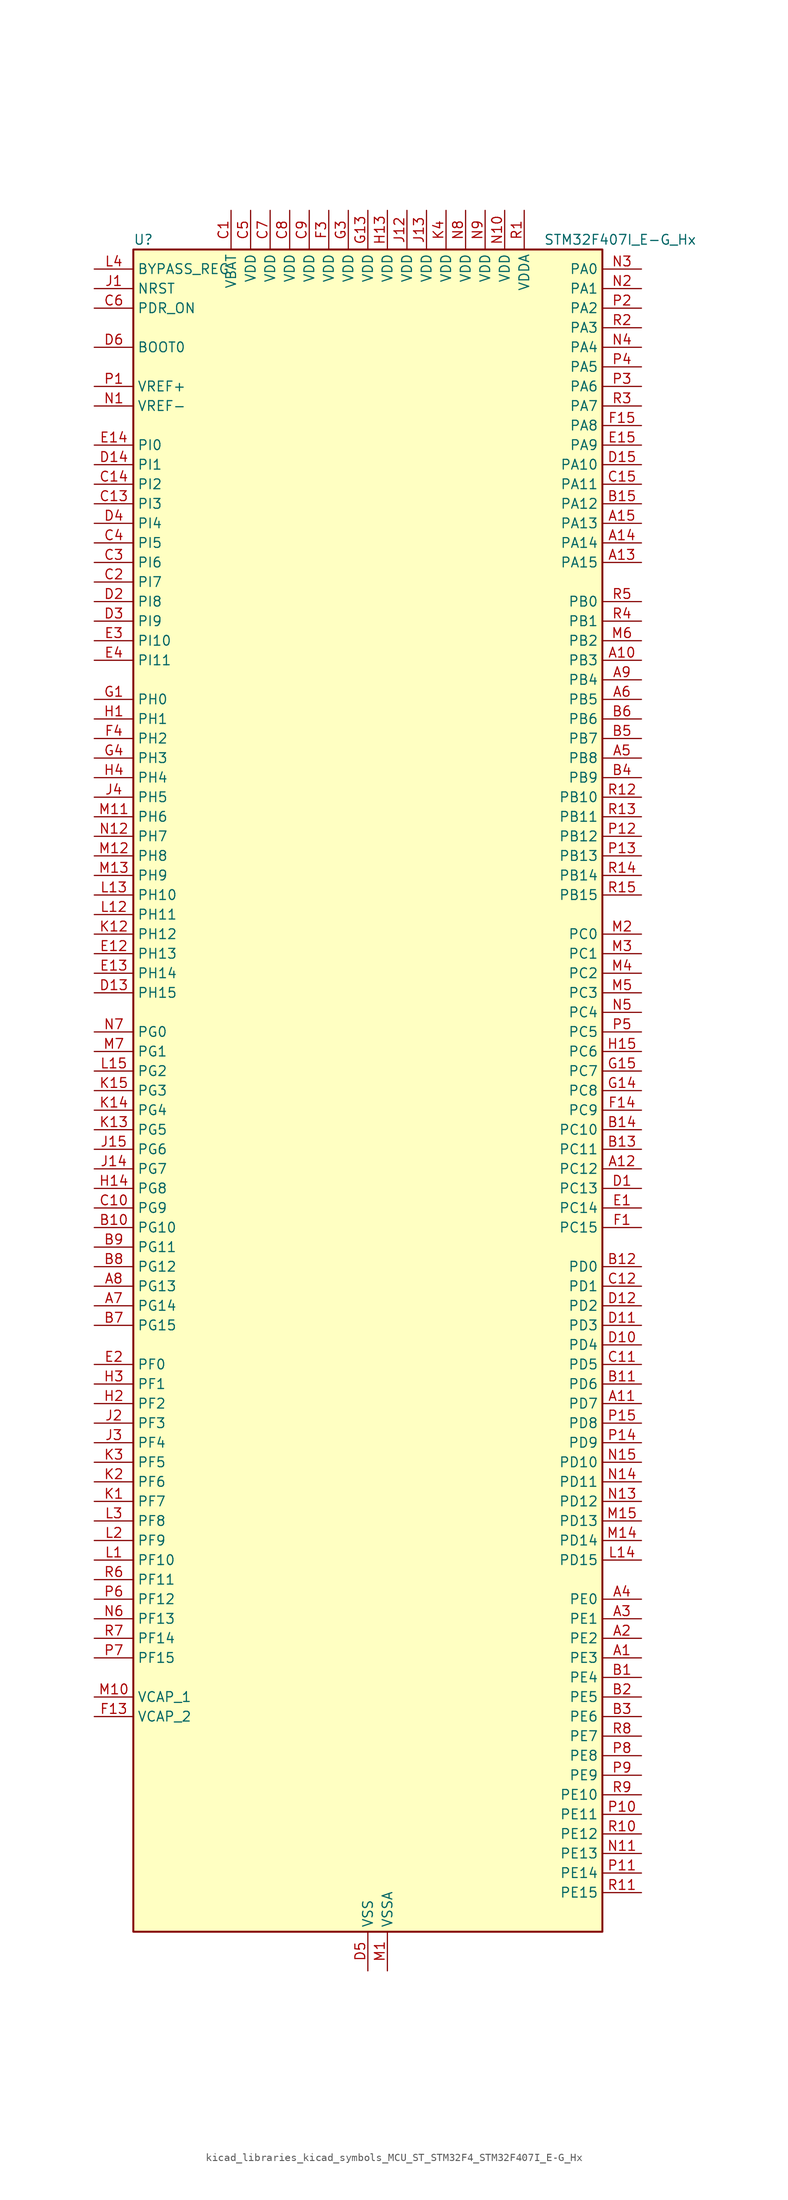
<source format=kicad_sym>
(kicad_symbol_lib
  (version 20220914)
  (generator kicad_symbol_editor)
  (symbol "kicad_libraries_kicad_symbols_MCU_ST_STM32F4_STM32F407I_E-G_Hx"
    (property "Reference" "U"
      (at -30.48 110.49 0)
      (effects (font (size 1.27 1.27)) (justify left)))
    (property "Value" "STM32F407I_E-G_Hx"
      (at 22.86 110.49 0)
      (effects (font (size 1.27 1.27)) (justify left)))
    (property "ki_locked" ""
      (at 0 0 0)
      (effects (font (size 1.27 1.27))))
    (symbol "kicad_libraries_kicad_symbols_MCU_ST_STM32F4_STM32F407I_E-G_Hx_0_1"
      (rectangle (start -30.48 -109.22) (end 30.48 109.22) (stroke (width 0.254) (type default)) (fill (type background))))
    (symbol "kicad_libraries_kicad_symbols_MCU_ST_STM32F4_STM32F407I_E-G_Hx_1_1"
      (pin bidirectional line (at 35.56 -73.66 180) (length 5.08) (name "PE3" (effects (font (size 1.27 1.27)))) (number "A1" (effects (font (size 1.27 1.27)))) (alternate "FSMC_A19" bidirectional line) (alternate "SYS_TRACED0" bidirectional line))
      (pin bidirectional line (at 35.56 55.88 180) (length 5.08) (name "PB3" (effects (font (size 1.27 1.27)))) (number "A10" (effects (font (size 1.27 1.27)))) (alternate "I2S3_CK" bidirectional line) (alternate "SPI1_SCK" bidirectional line) (alternate "SPI3_SCK" bidirectional line) (alternate "SYS_JTDO-SWO" bidirectional line) (alternate "TIM2_CH2" bidirectional line))
      (pin bidirectional line (at 35.56 -40.64 180) (length 5.08) (name "PD7" (effects (font (size 1.27 1.27)))) (number "A11" (effects (font (size 1.27 1.27)))) (alternate "FSMC_NCE2" bidirectional line) (alternate "FSMC_NE1" bidirectional line) (alternate "USART2_CK" bidirectional line))
      (pin bidirectional line (at 35.56 -10.16 180) (length 5.08) (name "PC12" (effects (font (size 1.27 1.27)))) (number "A12" (effects (font (size 1.27 1.27)))) (alternate "DCMI_D9" bidirectional line) (alternate "I2S3_SD" bidirectional line) (alternate "SDIO_CK" bidirectional line) (alternate "SPI3_MOSI" bidirectional line) (alternate "UART5_TX" bidirectional line) (alternate "USART3_CK" bidirectional line))
      (pin bidirectional line (at 35.56 68.58 180) (length 5.08) (name "PA15" (effects (font (size 1.27 1.27)))) (number "A13" (effects (font (size 1.27 1.27)))) (alternate "ADC1_EXTI15" bidirectional line) (alternate "ADC2_EXTI15" bidirectional line) (alternate "ADC3_EXTI15" bidirectional line) (alternate "I2S3_WS" bidirectional line) (alternate "SPI1_NSS" bidirectional line) (alternate "SPI3_NSS" bidirectional line) (alternate "SYS_JTDI" bidirectional line) (alternate "TIM2_CH1" bidirectional line) (alternate "TIM2_ETR" bidirectional line))
      (pin bidirectional line (at 35.56 71.12 180) (length 5.08) (name "PA14" (effects (font (size 1.27 1.27)))) (number "A14" (effects (font (size 1.27 1.27)))) (alternate "SYS_JTCK-SWCLK" bidirectional line))
      (pin bidirectional line (at 35.56 73.66 180) (length 5.08) (name "PA13" (effects (font (size 1.27 1.27)))) (number "A15" (effects (font (size 1.27 1.27)))) (alternate "SYS_JTMS-SWDIO" bidirectional line))
      (pin bidirectional line (at 35.56 -71.12 180) (length 5.08) (name "PE2" (effects (font (size 1.27 1.27)))) (number "A2" (effects (font (size 1.27 1.27)))) (alternate "ETH_TXD3" bidirectional line) (alternate "FSMC_A23" bidirectional line) (alternate "SYS_TRACECLK" bidirectional line))
      (pin bidirectional line (at 35.56 -68.58 180) (length 5.08) (name "PE1" (effects (font (size 1.27 1.27)))) (number "A3" (effects (font (size 1.27 1.27)))) (alternate "DCMI_D3" bidirectional line) (alternate "FSMC_NBL1" bidirectional line))
      (pin bidirectional line (at 35.56 -66.04 180) (length 5.08) (name "PE0" (effects (font (size 1.27 1.27)))) (number "A4" (effects (font (size 1.27 1.27)))) (alternate "DCMI_D2" bidirectional line) (alternate "FSMC_NBL0" bidirectional line) (alternate "TIM4_ETR" bidirectional line))
      (pin bidirectional line (at 35.56 43.18 180) (length 5.08) (name "PB8" (effects (font (size 1.27 1.27)))) (number "A5" (effects (font (size 1.27 1.27)))) (alternate "CAN1_RX" bidirectional line) (alternate "DCMI_D6" bidirectional line) (alternate "ETH_TXD3" bidirectional line) (alternate "I2C1_SCL" bidirectional line) (alternate "SDIO_D4" bidirectional line) (alternate "TIM10_CH1" bidirectional line) (alternate "TIM4_CH3" bidirectional line))
      (pin bidirectional line (at 35.56 50.8 180) (length 5.08) (name "PB5" (effects (font (size 1.27 1.27)))) (number "A6" (effects (font (size 1.27 1.27)))) (alternate "CAN2_RX" bidirectional line) (alternate "DCMI_D10" bidirectional line) (alternate "ETH_PPS_OUT" bidirectional line) (alternate "I2C1_SMBA" bidirectional line) (alternate "I2S3_SD" bidirectional line) (alternate "SPI1_MOSI" bidirectional line) (alternate "SPI3_MOSI" bidirectional line) (alternate "TIM3_CH2" bidirectional line) (alternate "USB_OTG_HS_ULPI_D7" bidirectional line))
      (pin bidirectional line (at -35.56 -27.94 0) (length 5.08) (name "PG14" (effects (font (size 1.27 1.27)))) (number "A7" (effects (font (size 1.27 1.27)))) (alternate "ETH_TXD1" bidirectional line) (alternate "FSMC_A25" bidirectional line) (alternate "USART6_TX" bidirectional line))
      (pin bidirectional line (at -35.56 -25.4 0) (length 5.08) (name "PG13" (effects (font (size 1.27 1.27)))) (number "A8" (effects (font (size 1.27 1.27)))) (alternate "ETH_TXD0" bidirectional line) (alternate "FSMC_A24" bidirectional line) (alternate "USART6_CTS" bidirectional line))
      (pin bidirectional line (at 35.56 53.34 180) (length 5.08) (name "PB4" (effects (font (size 1.27 1.27)))) (number "A9" (effects (font (size 1.27 1.27)))) (alternate "I2S3_ext_SD" bidirectional line) (alternate "SPI1_MISO" bidirectional line) (alternate "SPI3_MISO" bidirectional line) (alternate "SYS_JTRST" bidirectional line) (alternate "TIM3_CH1" bidirectional line))
      (pin bidirectional line (at 35.56 -76.2 180) (length 5.08) (name "PE4" (effects (font (size 1.27 1.27)))) (number "B1" (effects (font (size 1.27 1.27)))) (alternate "DCMI_D4" bidirectional line) (alternate "FSMC_A20" bidirectional line) (alternate "SYS_TRACED1" bidirectional line))
      (pin bidirectional line (at -35.56 -17.78 0) (length 5.08) (name "PG10" (effects (font (size 1.27 1.27)))) (number "B10" (effects (font (size 1.27 1.27)))) (alternate "FSMC_NCE4_1" bidirectional line) (alternate "FSMC_NE3" bidirectional line))
      (pin bidirectional line (at 35.56 -38.1 180) (length 5.08) (name "PD6" (effects (font (size 1.27 1.27)))) (number "B11" (effects (font (size 1.27 1.27)))) (alternate "FSMC_NWAIT" bidirectional line) (alternate "USART2_RX" bidirectional line))
      (pin bidirectional line (at 35.56 -22.86 180) (length 5.08) (name "PD0" (effects (font (size 1.27 1.27)))) (number "B12" (effects (font (size 1.27 1.27)))) (alternate "CAN1_RX" bidirectional line) (alternate "FSMC_D2" bidirectional line) (alternate "FSMC_DA2" bidirectional line))
      (pin bidirectional line (at 35.56 -7.62 180) (length 5.08) (name "PC11" (effects (font (size 1.27 1.27)))) (number "B13" (effects (font (size 1.27 1.27)))) (alternate "ADC1_EXTI11" bidirectional line) (alternate "ADC2_EXTI11" bidirectional line) (alternate "ADC3_EXTI11" bidirectional line) (alternate "DCMI_D4" bidirectional line) (alternate "I2S3_ext_SD" bidirectional line) (alternate "SDIO_D3" bidirectional line) (alternate "SPI3_MISO" bidirectional line) (alternate "UART4_RX" bidirectional line) (alternate "USART3_RX" bidirectional line))
      (pin bidirectional line (at 35.56 -5.08 180) (length 5.08) (name "PC10" (effects (font (size 1.27 1.27)))) (number "B14" (effects (font (size 1.27 1.27)))) (alternate "DCMI_D8" bidirectional line) (alternate "I2S3_CK" bidirectional line) (alternate "SDIO_D2" bidirectional line) (alternate "SPI3_SCK" bidirectional line) (alternate "UART4_TX" bidirectional line) (alternate "USART3_TX" bidirectional line))
      (pin bidirectional line (at 35.56 76.2 180) (length 5.08) (name "PA12" (effects (font (size 1.27 1.27)))) (number "B15" (effects (font (size 1.27 1.27)))) (alternate "CAN1_TX" bidirectional line) (alternate "TIM1_ETR" bidirectional line) (alternate "USART1_RTS" bidirectional line) (alternate "USB_OTG_FS_DP" bidirectional line))
      (pin bidirectional line (at 35.56 -78.74 180) (length 5.08) (name "PE5" (effects (font (size 1.27 1.27)))) (number "B2" (effects (font (size 1.27 1.27)))) (alternate "DCMI_D6" bidirectional line) (alternate "FSMC_A21" bidirectional line) (alternate "SYS_TRACED2" bidirectional line) (alternate "TIM9_CH1" bidirectional line))
      (pin bidirectional line (at 35.56 -81.28 180) (length 5.08) (name "PE6" (effects (font (size 1.27 1.27)))) (number "B3" (effects (font (size 1.27 1.27)))) (alternate "DCMI_D7" bidirectional line) (alternate "FSMC_A22" bidirectional line) (alternate "SYS_TRACED3" bidirectional line) (alternate "TIM9_CH2" bidirectional line))
      (pin bidirectional line (at 35.56 40.64 180) (length 5.08) (name "PB9" (effects (font (size 1.27 1.27)))) (number "B4" (effects (font (size 1.27 1.27)))) (alternate "CAN1_TX" bidirectional line) (alternate "DAC_EXTI9" bidirectional line) (alternate "DCMI_D7" bidirectional line) (alternate "I2C1_SDA" bidirectional line) (alternate "I2S2_WS" bidirectional line) (alternate "SDIO_D5" bidirectional line) (alternate "SPI2_NSS" bidirectional line) (alternate "TIM11_CH1" bidirectional line) (alternate "TIM4_CH4" bidirectional line))
      (pin bidirectional line (at 35.56 45.72 180) (length 5.08) (name "PB7" (effects (font (size 1.27 1.27)))) (number "B5" (effects (font (size 1.27 1.27)))) (alternate "DCMI_VSYNC" bidirectional line) (alternate "FSMC_NL" bidirectional line) (alternate "I2C1_SDA" bidirectional line) (alternate "TIM4_CH2" bidirectional line) (alternate "USART1_RX" bidirectional line))
      (pin bidirectional line (at 35.56 48.26 180) (length 5.08) (name "PB6" (effects (font (size 1.27 1.27)))) (number "B6" (effects (font (size 1.27 1.27)))) (alternate "CAN2_TX" bidirectional line) (alternate "DCMI_D5" bidirectional line) (alternate "I2C1_SCL" bidirectional line) (alternate "TIM4_CH1" bidirectional line) (alternate "USART1_TX" bidirectional line))
      (pin bidirectional line (at -35.56 -30.48 0) (length 5.08) (name "PG15" (effects (font (size 1.27 1.27)))) (number "B7" (effects (font (size 1.27 1.27)))) (alternate "ADC1_EXTI15" bidirectional line) (alternate "ADC2_EXTI15" bidirectional line) (alternate "ADC3_EXTI15" bidirectional line) (alternate "DCMI_D13" bidirectional line) (alternate "USART6_CTS" bidirectional line))
      (pin bidirectional line (at -35.56 -22.86 0) (length 5.08) (name "PG12" (effects (font (size 1.27 1.27)))) (number "B8" (effects (font (size 1.27 1.27)))) (alternate "FSMC_NE4" bidirectional line) (alternate "USART6_RTS" bidirectional line))
      (pin bidirectional line (at -35.56 -20.32 0) (length 5.08) (name "PG11" (effects (font (size 1.27 1.27)))) (number "B9" (effects (font (size 1.27 1.27)))) (alternate "ADC1_EXTI11" bidirectional line) (alternate "ADC2_EXTI11" bidirectional line) (alternate "ADC3_EXTI11" bidirectional line) (alternate "ETH_TX_EN" bidirectional line) (alternate "FSMC_NCE4_2" bidirectional line))
      (pin power_in line (at -17.78 114.3 270) (length 5.08) (name "VBAT" (effects (font (size 1.27 1.27)))) (number "C1" (effects (font (size 1.27 1.27)))))
      (pin bidirectional line (at -35.56 -15.24 0) (length 5.08) (name "PG9" (effects (font (size 1.27 1.27)))) (number "C10" (effects (font (size 1.27 1.27)))) (alternate "DAC_EXTI9" bidirectional line) (alternate "FSMC_NCE3" bidirectional line) (alternate "FSMC_NE2" bidirectional line) (alternate "USART6_RX" bidirectional line))
      (pin bidirectional line (at 35.56 -35.56 180) (length 5.08) (name "PD5" (effects (font (size 1.27 1.27)))) (number "C11" (effects (font (size 1.27 1.27)))) (alternate "FSMC_NWE" bidirectional line) (alternate "USART2_TX" bidirectional line))
      (pin bidirectional line (at 35.56 -25.4 180) (length 5.08) (name "PD1" (effects (font (size 1.27 1.27)))) (number "C12" (effects (font (size 1.27 1.27)))) (alternate "CAN1_TX" bidirectional line) (alternate "FSMC_D3" bidirectional line) (alternate "FSMC_DA3" bidirectional line))
      (pin bidirectional line (at -35.56 76.2 0) (length 5.08) (name "PI3" (effects (font (size 1.27 1.27)))) (number "C13" (effects (font (size 1.27 1.27)))) (alternate "DCMI_D10" bidirectional line) (alternate "I2S2_SD" bidirectional line) (alternate "SPI2_MOSI" bidirectional line) (alternate "TIM8_ETR" bidirectional line))
      (pin bidirectional line (at -35.56 78.74 0) (length 5.08) (name "PI2" (effects (font (size 1.27 1.27)))) (number "C14" (effects (font (size 1.27 1.27)))) (alternate "DCMI_D9" bidirectional line) (alternate "I2S2_ext_SD" bidirectional line) (alternate "SPI2_MISO" bidirectional line) (alternate "TIM8_CH4" bidirectional line))
      (pin bidirectional line (at 35.56 78.74 180) (length 5.08) (name "PA11" (effects (font (size 1.27 1.27)))) (number "C15" (effects (font (size 1.27 1.27)))) (alternate "ADC1_EXTI11" bidirectional line) (alternate "ADC2_EXTI11" bidirectional line) (alternate "ADC3_EXTI11" bidirectional line) (alternate "CAN1_RX" bidirectional line) (alternate "TIM1_CH4" bidirectional line) (alternate "USART1_CTS" bidirectional line) (alternate "USB_OTG_FS_DM" bidirectional line))
      (pin bidirectional line (at -35.56 66.04 0) (length 5.08) (name "PI7" (effects (font (size 1.27 1.27)))) (number "C2" (effects (font (size 1.27 1.27)))) (alternate "DCMI_D7" bidirectional line) (alternate "TIM8_CH3" bidirectional line))
      (pin bidirectional line (at -35.56 68.58 0) (length 5.08) (name "PI6" (effects (font (size 1.27 1.27)))) (number "C3" (effects (font (size 1.27 1.27)))) (alternate "DCMI_D6" bidirectional line) (alternate "TIM8_CH2" bidirectional line))
      (pin bidirectional line (at -35.56 71.12 0) (length 5.08) (name "PI5" (effects (font (size 1.27 1.27)))) (number "C4" (effects (font (size 1.27 1.27)))) (alternate "DCMI_VSYNC" bidirectional line) (alternate "TIM8_CH1" bidirectional line))
      (pin power_in line (at -15.24 114.3 270) (length 5.08) (name "VDD" (effects (font (size 1.27 1.27)))) (number "C5" (effects (font (size 1.27 1.27)))))
      (pin input line (at -35.56 101.6 0) (length 5.08) (name "PDR_ON" (effects (font (size 1.27 1.27)))) (number "C6" (effects (font (size 1.27 1.27)))))
      (pin power_in line (at -12.7 114.3 270) (length 5.08) (name "VDD" (effects (font (size 1.27 1.27)))) (number "C7" (effects (font (size 1.27 1.27)))))
      (pin power_in line (at -10.16 114.3 270) (length 5.08) (name "VDD" (effects (font (size 1.27 1.27)))) (number "C8" (effects (font (size 1.27 1.27)))))
      (pin power_in line (at -7.62 114.3 270) (length 5.08) (name "VDD" (effects (font (size 1.27 1.27)))) (number "C9" (effects (font (size 1.27 1.27)))))
      (pin bidirectional line (at 35.56 -12.7 180) (length 5.08) (name "PC13" (effects (font (size 1.27 1.27)))) (number "D1" (effects (font (size 1.27 1.27)))) (alternate "RTC_AF1" bidirectional line))
      (pin bidirectional line (at 35.56 -33.02 180) (length 5.08) (name "PD4" (effects (font (size 1.27 1.27)))) (number "D10" (effects (font (size 1.27 1.27)))) (alternate "FSMC_NOE" bidirectional line) (alternate "USART2_RTS" bidirectional line))
      (pin bidirectional line (at 35.56 -30.48 180) (length 5.08) (name "PD3" (effects (font (size 1.27 1.27)))) (number "D11" (effects (font (size 1.27 1.27)))) (alternate "FSMC_CLK" bidirectional line) (alternate "USART2_CTS" bidirectional line))
      (pin bidirectional line (at 35.56 -27.94 180) (length 5.08) (name "PD2" (effects (font (size 1.27 1.27)))) (number "D12" (effects (font (size 1.27 1.27)))) (alternate "DCMI_D11" bidirectional line) (alternate "SDIO_CMD" bidirectional line) (alternate "TIM3_ETR" bidirectional line) (alternate "UART5_RX" bidirectional line))
      (pin bidirectional line (at -35.56 12.7 0) (length 5.08) (name "PH15" (effects (font (size 1.27 1.27)))) (number "D13" (effects (font (size 1.27 1.27)))) (alternate "ADC1_EXTI15" bidirectional line) (alternate "ADC2_EXTI15" bidirectional line) (alternate "ADC3_EXTI15" bidirectional line) (alternate "DCMI_D11" bidirectional line) (alternate "TIM8_CH3N" bidirectional line))
      (pin bidirectional line (at -35.56 81.28 0) (length 5.08) (name "PI1" (effects (font (size 1.27 1.27)))) (number "D14" (effects (font (size 1.27 1.27)))) (alternate "DCMI_D8" bidirectional line) (alternate "I2S2_CK" bidirectional line) (alternate "SPI2_SCK" bidirectional line))
      (pin bidirectional line (at 35.56 81.28 180) (length 5.08) (name "PA10" (effects (font (size 1.27 1.27)))) (number "D15" (effects (font (size 1.27 1.27)))) (alternate "DCMI_D1" bidirectional line) (alternate "TIM1_CH3" bidirectional line) (alternate "USART1_RX" bidirectional line) (alternate "USB_OTG_FS_ID" bidirectional line))
      (pin bidirectional line (at -35.56 63.5 0) (length 5.08) (name "PI8" (effects (font (size 1.27 1.27)))) (number "D2" (effects (font (size 1.27 1.27)))) (alternate "RTC_AF2" bidirectional line))
      (pin bidirectional line (at -35.56 60.96 0) (length 5.08) (name "PI9" (effects (font (size 1.27 1.27)))) (number "D3" (effects (font (size 1.27 1.27)))) (alternate "CAN1_RX" bidirectional line) (alternate "DAC_EXTI9" bidirectional line))
      (pin bidirectional line (at -35.56 73.66 0) (length 5.08) (name "PI4" (effects (font (size 1.27 1.27)))) (number "D4" (effects (font (size 1.27 1.27)))) (alternate "DCMI_D5" bidirectional line) (alternate "TIM8_BKIN" bidirectional line))
      (pin power_in line (at 0 -114.3 90) (length 5.08) (name "VSS" (effects (font (size 1.27 1.27)))) (number "D5" (effects (font (size 1.27 1.27)))))
      (pin input line (at -35.56 96.52 0) (length 5.08) (name "BOOT0" (effects (font (size 1.27 1.27)))) (number "D6" (effects (font (size 1.27 1.27)))))
      (pin passive line (at 0 -114.3 90) (length 5.08) hide (name "VSS" (effects (font (size 1.27 1.27)))) (number "D7" (effects (font (size 1.27 1.27)))))
      (pin passive line (at 0 -114.3 90) (length 5.08) hide (name "VSS" (effects (font (size 1.27 1.27)))) (number "D8" (effects (font (size 1.27 1.27)))))
      (pin passive line (at 0 -114.3 90) (length 5.08) hide (name "VSS" (effects (font (size 1.27 1.27)))) (number "D9" (effects (font (size 1.27 1.27)))))
      (pin bidirectional line (at 35.56 -15.24 180) (length 5.08) (name "PC14" (effects (font (size 1.27 1.27)))) (number "E1" (effects (font (size 1.27 1.27)))) (alternate "RCC_OSC32_IN" bidirectional line))
      (pin bidirectional line (at -35.56 17.78 0) (length 5.08) (name "PH13" (effects (font (size 1.27 1.27)))) (number "E12" (effects (font (size 1.27 1.27)))) (alternate "CAN1_TX" bidirectional line) (alternate "TIM8_CH1N" bidirectional line))
      (pin bidirectional line (at -35.56 15.24 0) (length 5.08) (name "PH14" (effects (font (size 1.27 1.27)))) (number "E13" (effects (font (size 1.27 1.27)))) (alternate "DCMI_D4" bidirectional line) (alternate "TIM8_CH2N" bidirectional line))
      (pin bidirectional line (at -35.56 83.82 0) (length 5.08) (name "PI0" (effects (font (size 1.27 1.27)))) (number "E14" (effects (font (size 1.27 1.27)))) (alternate "DCMI_D13" bidirectional line) (alternate "I2S2_WS" bidirectional line) (alternate "SPI2_NSS" bidirectional line) (alternate "TIM5_CH4" bidirectional line))
      (pin bidirectional line (at 35.56 83.82 180) (length 5.08) (name "PA9" (effects (font (size 1.27 1.27)))) (number "E15" (effects (font (size 1.27 1.27)))) (alternate "DAC_EXTI9" bidirectional line) (alternate "DCMI_D0" bidirectional line) (alternate "I2C3_SMBA" bidirectional line) (alternate "TIM1_CH2" bidirectional line) (alternate "USART1_TX" bidirectional line) (alternate "USB_OTG_FS_VBUS" bidirectional line))
      (pin bidirectional line (at -35.56 -35.56 0) (length 5.08) (name "PF0" (effects (font (size 1.27 1.27)))) (number "E2" (effects (font (size 1.27 1.27)))) (alternate "FSMC_A0" bidirectional line) (alternate "I2C2_SDA" bidirectional line))
      (pin bidirectional line (at -35.56 58.42 0) (length 5.08) (name "PI10" (effects (font (size 1.27 1.27)))) (number "E3" (effects (font (size 1.27 1.27)))) (alternate "ETH_RX_ER" bidirectional line))
      (pin bidirectional line (at -35.56 55.88 0) (length 5.08) (name "PI11" (effects (font (size 1.27 1.27)))) (number "E4" (effects (font (size 1.27 1.27)))) (alternate "ADC1_EXTI11" bidirectional line) (alternate "ADC2_EXTI11" bidirectional line) (alternate "ADC3_EXTI11" bidirectional line) (alternate "USB_OTG_HS_ULPI_DIR" bidirectional line))
      (pin bidirectional line (at 35.56 -17.78 180) (length 5.08) (name "PC15" (effects (font (size 1.27 1.27)))) (number "F1" (effects (font (size 1.27 1.27)))) (alternate "ADC1_EXTI15" bidirectional line) (alternate "ADC2_EXTI15" bidirectional line) (alternate "ADC3_EXTI15" bidirectional line) (alternate "RCC_OSC32_OUT" bidirectional line))
      (pin passive line (at 0 -114.3 90) (length 5.08) hide (name "VSS" (effects (font (size 1.27 1.27)))) (number "F10" (effects (font (size 1.27 1.27)))))
      (pin passive line (at 0 -114.3 90) (length 5.08) hide (name "VSS" (effects (font (size 1.27 1.27)))) (number "F12" (effects (font (size 1.27 1.27)))))
      (pin power_out line (at -35.56 -81.28 0) (length 5.08) (name "VCAP_2" (effects (font (size 1.27 1.27)))) (number "F13" (effects (font (size 1.27 1.27)))))
      (pin bidirectional line (at 35.56 -2.54 180) (length 5.08) (name "PC9" (effects (font (size 1.27 1.27)))) (number "F14" (effects (font (size 1.27 1.27)))) (alternate "DAC_EXTI9" bidirectional line) (alternate "DCMI_D3" bidirectional line) (alternate "I2C3_SDA" bidirectional line) (alternate "I2S_CKIN" bidirectional line) (alternate "RCC_MCO_2" bidirectional line) (alternate "SDIO_D1" bidirectional line) (alternate "TIM3_CH4" bidirectional line) (alternate "TIM8_CH4" bidirectional line))
      (pin bidirectional line (at 35.56 86.36 180) (length 5.08) (name "PA8" (effects (font (size 1.27 1.27)))) (number "F15" (effects (font (size 1.27 1.27)))) (alternate "I2C3_SCL" bidirectional line) (alternate "RCC_MCO_1" bidirectional line) (alternate "TIM1_CH1" bidirectional line) (alternate "USART1_CK" bidirectional line) (alternate "USB_OTG_FS_SOF" bidirectional line))
      (pin passive line (at 0 -114.3 90) (length 5.08) hide (name "VSS" (effects (font (size 1.27 1.27)))) (number "F2" (effects (font (size 1.27 1.27)))))
      (pin power_in line (at -5.08 114.3 270) (length 5.08) (name "VDD" (effects (font (size 1.27 1.27)))) (number "F3" (effects (font (size 1.27 1.27)))))
      (pin bidirectional line (at -35.56 45.72 0) (length 5.08) (name "PH2" (effects (font (size 1.27 1.27)))) (number "F4" (effects (font (size 1.27 1.27)))) (alternate "ETH_CRS" bidirectional line))
      (pin passive line (at 0 -114.3 90) (length 5.08) hide (name "VSS" (effects (font (size 1.27 1.27)))) (number "F6" (effects (font (size 1.27 1.27)))))
      (pin passive line (at 0 -114.3 90) (length 5.08) hide (name "VSS" (effects (font (size 1.27 1.27)))) (number "F7" (effects (font (size 1.27 1.27)))))
      (pin passive line (at 0 -114.3 90) (length 5.08) hide (name "VSS" (effects (font (size 1.27 1.27)))) (number "F8" (effects (font (size 1.27 1.27)))))
      (pin passive line (at 0 -114.3 90) (length 5.08) hide (name "VSS" (effects (font (size 1.27 1.27)))) (number "F9" (effects (font (size 1.27 1.27)))))
      (pin bidirectional line (at -35.56 50.8 0) (length 5.08) (name "PH0" (effects (font (size 1.27 1.27)))) (number "G1" (effects (font (size 1.27 1.27)))) (alternate "RCC_OSC_IN" bidirectional line))
      (pin passive line (at 0 -114.3 90) (length 5.08) hide (name "VSS" (effects (font (size 1.27 1.27)))) (number "G10" (effects (font (size 1.27 1.27)))))
      (pin passive line (at 0 -114.3 90) (length 5.08) hide (name "VSS" (effects (font (size 1.27 1.27)))) (number "G12" (effects (font (size 1.27 1.27)))))
      (pin power_in line (at 0 114.3 270) (length 5.08) (name "VDD" (effects (font (size 1.27 1.27)))) (number "G13" (effects (font (size 1.27 1.27)))))
      (pin bidirectional line (at 35.56 0 180) (length 5.08) (name "PC8" (effects (font (size 1.27 1.27)))) (number "G14" (effects (font (size 1.27 1.27)))) (alternate "DCMI_D2" bidirectional line) (alternate "SDIO_D0" bidirectional line) (alternate "TIM3_CH3" bidirectional line) (alternate "TIM8_CH3" bidirectional line) (alternate "USART6_CK" bidirectional line))
      (pin bidirectional line (at 35.56 2.54 180) (length 5.08) (name "PC7" (effects (font (size 1.27 1.27)))) (number "G15" (effects (font (size 1.27 1.27)))) (alternate "DCMI_D1" bidirectional line) (alternate "I2S3_MCK" bidirectional line) (alternate "SDIO_D7" bidirectional line) (alternate "TIM3_CH2" bidirectional line) (alternate "TIM8_CH2" bidirectional line) (alternate "USART6_RX" bidirectional line))
      (pin passive line (at 0 -114.3 90) (length 5.08) hide (name "VSS" (effects (font (size 1.27 1.27)))) (number "G2" (effects (font (size 1.27 1.27)))))
      (pin power_in line (at -2.54 114.3 270) (length 5.08) (name "VDD" (effects (font (size 1.27 1.27)))) (number "G3" (effects (font (size 1.27 1.27)))))
      (pin bidirectional line (at -35.56 43.18 0) (length 5.08) (name "PH3" (effects (font (size 1.27 1.27)))) (number "G4" (effects (font (size 1.27 1.27)))) (alternate "ETH_COL" bidirectional line))
      (pin passive line (at 0 -114.3 90) (length 5.08) hide (name "VSS" (effects (font (size 1.27 1.27)))) (number "G6" (effects (font (size 1.27 1.27)))))
      (pin passive line (at 0 -114.3 90) (length 5.08) hide (name "VSS" (effects (font (size 1.27 1.27)))) (number "G7" (effects (font (size 1.27 1.27)))))
      (pin passive line (at 0 -114.3 90) (length 5.08) hide (name "VSS" (effects (font (size 1.27 1.27)))) (number "G8" (effects (font (size 1.27 1.27)))))
      (pin passive line (at 0 -114.3 90) (length 5.08) hide (name "VSS" (effects (font (size 1.27 1.27)))) (number "G9" (effects (font (size 1.27 1.27)))))
      (pin bidirectional line (at -35.56 48.26 0) (length 5.08) (name "PH1" (effects (font (size 1.27 1.27)))) (number "H1" (effects (font (size 1.27 1.27)))) (alternate "RCC_OSC_OUT" bidirectional line))
      (pin passive line (at 0 -114.3 90) (length 5.08) hide (name "VSS" (effects (font (size 1.27 1.27)))) (number "H10" (effects (font (size 1.27 1.27)))))
      (pin passive line (at 0 -114.3 90) (length 5.08) hide (name "VSS" (effects (font (size 1.27 1.27)))) (number "H12" (effects (font (size 1.27 1.27)))))
      (pin power_in line (at 2.54 114.3 270) (length 5.08) (name "VDD" (effects (font (size 1.27 1.27)))) (number "H13" (effects (font (size 1.27 1.27)))))
      (pin bidirectional line (at -35.56 -12.7 0) (length 5.08) (name "PG8" (effects (font (size 1.27 1.27)))) (number "H14" (effects (font (size 1.27 1.27)))) (alternate "ETH_PPS_OUT" bidirectional line) (alternate "USART6_RTS" bidirectional line))
      (pin bidirectional line (at 35.56 5.08 180) (length 5.08) (name "PC6" (effects (font (size 1.27 1.27)))) (number "H15" (effects (font (size 1.27 1.27)))) (alternate "DCMI_D0" bidirectional line) (alternate "I2S2_MCK" bidirectional line) (alternate "SDIO_D6" bidirectional line) (alternate "TIM3_CH1" bidirectional line) (alternate "TIM8_CH1" bidirectional line) (alternate "USART6_TX" bidirectional line))
      (pin bidirectional line (at -35.56 -40.64 0) (length 5.08) (name "PF2" (effects (font (size 1.27 1.27)))) (number "H2" (effects (font (size 1.27 1.27)))) (alternate "FSMC_A2" bidirectional line) (alternate "I2C2_SMBA" bidirectional line))
      (pin bidirectional line (at -35.56 -38.1 0) (length 5.08) (name "PF1" (effects (font (size 1.27 1.27)))) (number "H3" (effects (font (size 1.27 1.27)))) (alternate "FSMC_A1" bidirectional line) (alternate "I2C2_SCL" bidirectional line))
      (pin bidirectional line (at -35.56 40.64 0) (length 5.08) (name "PH4" (effects (font (size 1.27 1.27)))) (number "H4" (effects (font (size 1.27 1.27)))) (alternate "I2C2_SCL" bidirectional line) (alternate "USB_OTG_HS_ULPI_NXT" bidirectional line))
      (pin passive line (at 0 -114.3 90) (length 5.08) hide (name "VSS" (effects (font (size 1.27 1.27)))) (number "H6" (effects (font (size 1.27 1.27)))))
      (pin passive line (at 0 -114.3 90) (length 5.08) hide (name "VSS" (effects (font (size 1.27 1.27)))) (number "H7" (effects (font (size 1.27 1.27)))))
      (pin passive line (at 0 -114.3 90) (length 5.08) hide (name "VSS" (effects (font (size 1.27 1.27)))) (number "H8" (effects (font (size 1.27 1.27)))))
      (pin passive line (at 0 -114.3 90) (length 5.08) hide (name "VSS" (effects (font (size 1.27 1.27)))) (number "H9" (effects (font (size 1.27 1.27)))))
      (pin input line (at -35.56 104.14 0) (length 5.08) (name "NRST" (effects (font (size 1.27 1.27)))) (number "J1" (effects (font (size 1.27 1.27)))))
      (pin passive line (at 0 -114.3 90) (length 5.08) hide (name "VSS" (effects (font (size 1.27 1.27)))) (number "J10" (effects (font (size 1.27 1.27)))))
      (pin power_in line (at 5.08 114.3 270) (length 5.08) (name "VDD" (effects (font (size 1.27 1.27)))) (number "J12" (effects (font (size 1.27 1.27)))))
      (pin power_in line (at 7.62 114.3 270) (length 5.08) (name "VDD" (effects (font (size 1.27 1.27)))) (number "J13" (effects (font (size 1.27 1.27)))))
      (pin bidirectional line (at -35.56 -10.16 0) (length 5.08) (name "PG7" (effects (font (size 1.27 1.27)))) (number "J14" (effects (font (size 1.27 1.27)))) (alternate "FSMC_INT3" bidirectional line) (alternate "USART6_CK" bidirectional line))
      (pin bidirectional line (at -35.56 -7.62 0) (length 5.08) (name "PG6" (effects (font (size 1.27 1.27)))) (number "J15" (effects (font (size 1.27 1.27)))) (alternate "FSMC_INT2" bidirectional line))
      (pin bidirectional line (at -35.56 -43.18 0) (length 5.08) (name "PF3" (effects (font (size 1.27 1.27)))) (number "J2" (effects (font (size 1.27 1.27)))) (alternate "ADC3_IN9" bidirectional line) (alternate "FSMC_A3" bidirectional line))
      (pin bidirectional line (at -35.56 -45.72 0) (length 5.08) (name "PF4" (effects (font (size 1.27 1.27)))) (number "J3" (effects (font (size 1.27 1.27)))) (alternate "ADC3_IN14" bidirectional line) (alternate "FSMC_A4" bidirectional line))
      (pin bidirectional line (at -35.56 38.1 0) (length 5.08) (name "PH5" (effects (font (size 1.27 1.27)))) (number "J4" (effects (font (size 1.27 1.27)))) (alternate "I2C2_SDA" bidirectional line))
      (pin passive line (at 0 -114.3 90) (length 5.08) hide (name "VSS" (effects (font (size 1.27 1.27)))) (number "J6" (effects (font (size 1.27 1.27)))))
      (pin passive line (at 0 -114.3 90) (length 5.08) hide (name "VSS" (effects (font (size 1.27 1.27)))) (number "J7" (effects (font (size 1.27 1.27)))))
      (pin passive line (at 0 -114.3 90) (length 5.08) hide (name "VSS" (effects (font (size 1.27 1.27)))) (number "J8" (effects (font (size 1.27 1.27)))))
      (pin passive line (at 0 -114.3 90) (length 5.08) hide (name "VSS" (effects (font (size 1.27 1.27)))) (number "J9" (effects (font (size 1.27 1.27)))))
      (pin bidirectional line (at -35.56 -53.34 0) (length 5.08) (name "PF7" (effects (font (size 1.27 1.27)))) (number "K1" (effects (font (size 1.27 1.27)))) (alternate "ADC3_IN5" bidirectional line) (alternate "FSMC_NREG" bidirectional line) (alternate "TIM11_CH1" bidirectional line))
      (pin passive line (at 0 -114.3 90) (length 5.08) hide (name "VSS" (effects (font (size 1.27 1.27)))) (number "K10" (effects (font (size 1.27 1.27)))))
      (pin bidirectional line (at -35.56 20.32 0) (length 5.08) (name "PH12" (effects (font (size 1.27 1.27)))) (number "K12" (effects (font (size 1.27 1.27)))) (alternate "DCMI_D3" bidirectional line) (alternate "TIM5_CH3" bidirectional line))
      (pin bidirectional line (at -35.56 -5.08 0) (length 5.08) (name "PG5" (effects (font (size 1.27 1.27)))) (number "K13" (effects (font (size 1.27 1.27)))) (alternate "FSMC_A15" bidirectional line))
      (pin bidirectional line (at -35.56 -2.54 0) (length 5.08) (name "PG4" (effects (font (size 1.27 1.27)))) (number "K14" (effects (font (size 1.27 1.27)))) (alternate "FSMC_A14" bidirectional line))
      (pin bidirectional line (at -35.56 0 0) (length 5.08) (name "PG3" (effects (font (size 1.27 1.27)))) (number "K15" (effects (font (size 1.27 1.27)))) (alternate "FSMC_A13" bidirectional line))
      (pin bidirectional line (at -35.56 -50.8 0) (length 5.08) (name "PF6" (effects (font (size 1.27 1.27)))) (number "K2" (effects (font (size 1.27 1.27)))) (alternate "ADC3_IN4" bidirectional line) (alternate "FSMC_NIORD" bidirectional line) (alternate "TIM10_CH1" bidirectional line))
      (pin bidirectional line (at -35.56 -48.26 0) (length 5.08) (name "PF5" (effects (font (size 1.27 1.27)))) (number "K3" (effects (font (size 1.27 1.27)))) (alternate "ADC3_IN15" bidirectional line) (alternate "FSMC_A5" bidirectional line))
      (pin power_in line (at 10.16 114.3 270) (length 5.08) (name "VDD" (effects (font (size 1.27 1.27)))) (number "K4" (effects (font (size 1.27 1.27)))))
      (pin passive line (at 0 -114.3 90) (length 5.08) hide (name "VSS" (effects (font (size 1.27 1.27)))) (number "K6" (effects (font (size 1.27 1.27)))))
      (pin passive line (at 0 -114.3 90) (length 5.08) hide (name "VSS" (effects (font (size 1.27 1.27)))) (number "K7" (effects (font (size 1.27 1.27)))))
      (pin passive line (at 0 -114.3 90) (length 5.08) hide (name "VSS" (effects (font (size 1.27 1.27)))) (number "K8" (effects (font (size 1.27 1.27)))))
      (pin passive line (at 0 -114.3 90) (length 5.08) hide (name "VSS" (effects (font (size 1.27 1.27)))) (number "K9" (effects (font (size 1.27 1.27)))))
      (pin bidirectional line (at -35.56 -60.96 0) (length 5.08) (name "PF10" (effects (font (size 1.27 1.27)))) (number "L1" (effects (font (size 1.27 1.27)))) (alternate "ADC3_IN8" bidirectional line) (alternate "FSMC_INTR" bidirectional line))
      (pin bidirectional line (at -35.56 22.86 0) (length 5.08) (name "PH11" (effects (font (size 1.27 1.27)))) (number "L12" (effects (font (size 1.27 1.27)))) (alternate "ADC1_EXTI11" bidirectional line) (alternate "ADC2_EXTI11" bidirectional line) (alternate "ADC3_EXTI11" bidirectional line) (alternate "DCMI_D2" bidirectional line) (alternate "TIM5_CH2" bidirectional line))
      (pin bidirectional line (at -35.56 25.4 0) (length 5.08) (name "PH10" (effects (font (size 1.27 1.27)))) (number "L13" (effects (font (size 1.27 1.27)))) (alternate "DCMI_D1" bidirectional line) (alternate "TIM5_CH1" bidirectional line))
      (pin bidirectional line (at 35.56 -60.96 180) (length 5.08) (name "PD15" (effects (font (size 1.27 1.27)))) (number "L14" (effects (font (size 1.27 1.27)))) (alternate "ADC1_EXTI15" bidirectional line) (alternate "ADC2_EXTI15" bidirectional line) (alternate "ADC3_EXTI15" bidirectional line) (alternate "FSMC_D1" bidirectional line) (alternate "FSMC_DA1" bidirectional line) (alternate "TIM4_CH4" bidirectional line))
      (pin bidirectional line (at -35.56 2.54 0) (length 5.08) (name "PG2" (effects (font (size 1.27 1.27)))) (number "L15" (effects (font (size 1.27 1.27)))) (alternate "FSMC_A12" bidirectional line))
      (pin bidirectional line (at -35.56 -58.42 0) (length 5.08) (name "PF9" (effects (font (size 1.27 1.27)))) (number "L2" (effects (font (size 1.27 1.27)))) (alternate "ADC3_IN7" bidirectional line) (alternate "DAC_EXTI9" bidirectional line) (alternate "FSMC_CD" bidirectional line) (alternate "TIM14_CH1" bidirectional line))
      (pin bidirectional line (at -35.56 -55.88 0) (length 5.08) (name "PF8" (effects (font (size 1.27 1.27)))) (number "L3" (effects (font (size 1.27 1.27)))) (alternate "ADC3_IN6" bidirectional line) (alternate "FSMC_NIOWR" bidirectional line) (alternate "TIM13_CH1" bidirectional line))
      (pin input line (at -35.56 106.68 0) (length 5.08) (name "BYPASS_REG" (effects (font (size 1.27 1.27)))) (number "L4" (effects (font (size 1.27 1.27)))))
      (pin power_in line (at 2.54 -114.3 90) (length 5.08) (name "VSSA" (effects (font (size 1.27 1.27)))) (number "M1" (effects (font (size 1.27 1.27)))))
      (pin power_out line (at -35.56 -78.74 0) (length 5.08) (name "VCAP_1" (effects (font (size 1.27 1.27)))) (number "M10" (effects (font (size 1.27 1.27)))))
      (pin bidirectional line (at -35.56 35.56 0) (length 5.08) (name "PH6" (effects (font (size 1.27 1.27)))) (number "M11" (effects (font (size 1.27 1.27)))) (alternate "ETH_RXD2" bidirectional line) (alternate "I2C2_SMBA" bidirectional line) (alternate "TIM12_CH1" bidirectional line))
      (pin bidirectional line (at -35.56 30.48 0) (length 5.08) (name "PH8" (effects (font (size 1.27 1.27)))) (number "M12" (effects (font (size 1.27 1.27)))) (alternate "DCMI_HSYNC" bidirectional line) (alternate "I2C3_SDA" bidirectional line))
      (pin bidirectional line (at -35.56 27.94 0) (length 5.08) (name "PH9" (effects (font (size 1.27 1.27)))) (number "M13" (effects (font (size 1.27 1.27)))) (alternate "DAC_EXTI9" bidirectional line) (alternate "DCMI_D0" bidirectional line) (alternate "I2C3_SMBA" bidirectional line) (alternate "TIM12_CH2" bidirectional line))
      (pin bidirectional line (at 35.56 -58.42 180) (length 5.08) (name "PD14" (effects (font (size 1.27 1.27)))) (number "M14" (effects (font (size 1.27 1.27)))) (alternate "FSMC_D0" bidirectional line) (alternate "FSMC_DA0" bidirectional line) (alternate "TIM4_CH3" bidirectional line))
      (pin bidirectional line (at 35.56 -55.88 180) (length 5.08) (name "PD13" (effects (font (size 1.27 1.27)))) (number "M15" (effects (font (size 1.27 1.27)))) (alternate "FSMC_A18" bidirectional line) (alternate "TIM4_CH2" bidirectional line))
      (pin bidirectional line (at 35.56 20.32 180) (length 5.08) (name "PC0" (effects (font (size 1.27 1.27)))) (number "M2" (effects (font (size 1.27 1.27)))) (alternate "ADC1_IN10" bidirectional line) (alternate "ADC2_IN10" bidirectional line) (alternate "ADC3_IN10" bidirectional line) (alternate "USB_OTG_HS_ULPI_STP" bidirectional line))
      (pin bidirectional line (at 35.56 17.78 180) (length 5.08) (name "PC1" (effects (font (size 1.27 1.27)))) (number "M3" (effects (font (size 1.27 1.27)))) (alternate "ADC1_IN11" bidirectional line) (alternate "ADC2_IN11" bidirectional line) (alternate "ADC3_IN11" bidirectional line) (alternate "ETH_MDC" bidirectional line))
      (pin bidirectional line (at 35.56 15.24 180) (length 5.08) (name "PC2" (effects (font (size 1.27 1.27)))) (number "M4" (effects (font (size 1.27 1.27)))) (alternate "ADC1_IN12" bidirectional line) (alternate "ADC2_IN12" bidirectional line) (alternate "ADC3_IN12" bidirectional line) (alternate "ETH_TXD2" bidirectional line) (alternate "I2S2_ext_SD" bidirectional line) (alternate "SPI2_MISO" bidirectional line) (alternate "USB_OTG_HS_ULPI_DIR" bidirectional line))
      (pin bidirectional line (at 35.56 12.7 180) (length 5.08) (name "PC3" (effects (font (size 1.27 1.27)))) (number "M5" (effects (font (size 1.27 1.27)))) (alternate "ADC1_IN13" bidirectional line) (alternate "ADC2_IN13" bidirectional line) (alternate "ADC3_IN13" bidirectional line) (alternate "ETH_TX_CLK" bidirectional line) (alternate "I2S2_SD" bidirectional line) (alternate "SPI2_MOSI" bidirectional line) (alternate "USB_OTG_HS_ULPI_NXT" bidirectional line))
      (pin bidirectional line (at 35.56 58.42 180) (length 5.08) (name "PB2" (effects (font (size 1.27 1.27)))) (number "M6" (effects (font (size 1.27 1.27)))))
      (pin bidirectional line (at -35.56 5.08 0) (length 5.08) (name "PG1" (effects (font (size 1.27 1.27)))) (number "M7" (effects (font (size 1.27 1.27)))) (alternate "FSMC_A11" bidirectional line))
      (pin passive line (at 0 -114.3 90) (length 5.08) hide (name "VSS" (effects (font (size 1.27 1.27)))) (number "M8" (effects (font (size 1.27 1.27)))))
      (pin passive line (at 0 -114.3 90) (length 5.08) hide (name "VSS" (effects (font (size 1.27 1.27)))) (number "M9" (effects (font (size 1.27 1.27)))))
      (pin input line (at -35.56 88.9 0) (length 5.08) (name "VREF-" (effects (font (size 1.27 1.27)))) (number "N1" (effects (font (size 1.27 1.27)))))
      (pin power_in line (at 17.78 114.3 270) (length 5.08) (name "VDD" (effects (font (size 1.27 1.27)))) (number "N10" (effects (font (size 1.27 1.27)))))
      (pin bidirectional line (at 35.56 -99.06 180) (length 5.08) (name "PE13" (effects (font (size 1.27 1.27)))) (number "N11" (effects (font (size 1.27 1.27)))) (alternate "FSMC_D10" bidirectional line) (alternate "FSMC_DA10" bidirectional line) (alternate "TIM1_CH3" bidirectional line))
      (pin bidirectional line (at -35.56 33.02 0) (length 5.08) (name "PH7" (effects (font (size 1.27 1.27)))) (number "N12" (effects (font (size 1.27 1.27)))) (alternate "ETH_RXD3" bidirectional line) (alternate "I2C3_SCL" bidirectional line))
      (pin bidirectional line (at 35.56 -53.34 180) (length 5.08) (name "PD12" (effects (font (size 1.27 1.27)))) (number "N13" (effects (font (size 1.27 1.27)))) (alternate "FSMC_A17" bidirectional line) (alternate "FSMC_ALE" bidirectional line) (alternate "TIM4_CH1" bidirectional line) (alternate "USART3_RTS" bidirectional line))
      (pin bidirectional line (at 35.56 -50.8 180) (length 5.08) (name "PD11" (effects (font (size 1.27 1.27)))) (number "N14" (effects (font (size 1.27 1.27)))) (alternate "ADC1_EXTI11" bidirectional line) (alternate "ADC2_EXTI11" bidirectional line) (alternate "ADC3_EXTI11" bidirectional line) (alternate "FSMC_A16" bidirectional line) (alternate "FSMC_CLE" bidirectional line) (alternate "USART3_CTS" bidirectional line))
      (pin bidirectional line (at 35.56 -48.26 180) (length 5.08) (name "PD10" (effects (font (size 1.27 1.27)))) (number "N15" (effects (font (size 1.27 1.27)))) (alternate "FSMC_D15" bidirectional line) (alternate "FSMC_DA15" bidirectional line) (alternate "USART3_CK" bidirectional line))
      (pin bidirectional line (at 35.56 104.14 180) (length 5.08) (name "PA1" (effects (font (size 1.27 1.27)))) (number "N2" (effects (font (size 1.27 1.27)))) (alternate "ADC1_IN1" bidirectional line) (alternate "ADC2_IN1" bidirectional line) (alternate "ADC3_IN1" bidirectional line) (alternate "ETH_REF_CLK" bidirectional line) (alternate "ETH_RX_CLK" bidirectional line) (alternate "TIM2_CH2" bidirectional line) (alternate "TIM5_CH2" bidirectional line) (alternate "UART4_RX" bidirectional line) (alternate "USART2_RTS" bidirectional line))
      (pin bidirectional line (at 35.56 106.68 180) (length 5.08) (name "PA0" (effects (font (size 1.27 1.27)))) (number "N3" (effects (font (size 1.27 1.27)))) (alternate "ADC1_IN0" bidirectional line) (alternate "ADC2_IN0" bidirectional line) (alternate "ADC3_IN0" bidirectional line) (alternate "ETH_CRS" bidirectional line) (alternate "SYS_WKUP" bidirectional line) (alternate "TIM2_CH1" bidirectional line) (alternate "TIM2_ETR" bidirectional line) (alternate "TIM5_CH1" bidirectional line) (alternate "TIM8_ETR" bidirectional line) (alternate "UART4_TX" bidirectional line) (alternate "USART2_CTS" bidirectional line))
      (pin bidirectional line (at 35.56 96.52 180) (length 5.08) (name "PA4" (effects (font (size 1.27 1.27)))) (number "N4" (effects (font (size 1.27 1.27)))) (alternate "ADC1_IN4" bidirectional line) (alternate "ADC2_IN4" bidirectional line) (alternate "DAC_OUT1" bidirectional line) (alternate "DCMI_HSYNC" bidirectional line) (alternate "I2S3_WS" bidirectional line) (alternate "SPI1_NSS" bidirectional line) (alternate "SPI3_NSS" bidirectional line) (alternate "USART2_CK" bidirectional line) (alternate "USB_OTG_HS_SOF" bidirectional line))
      (pin bidirectional line (at 35.56 10.16 180) (length 5.08) (name "PC4" (effects (font (size 1.27 1.27)))) (number "N5" (effects (font (size 1.27 1.27)))) (alternate "ADC1_IN14" bidirectional line) (alternate "ADC2_IN14" bidirectional line) (alternate "ETH_RXD0" bidirectional line))
      (pin bidirectional line (at -35.56 -68.58 0) (length 5.08) (name "PF13" (effects (font (size 1.27 1.27)))) (number "N6" (effects (font (size 1.27 1.27)))) (alternate "FSMC_A7" bidirectional line))
      (pin bidirectional line (at -35.56 7.62 0) (length 5.08) (name "PG0" (effects (font (size 1.27 1.27)))) (number "N7" (effects (font (size 1.27 1.27)))) (alternate "FSMC_A10" bidirectional line))
      (pin power_in line (at 12.7 114.3 270) (length 5.08) (name "VDD" (effects (font (size 1.27 1.27)))) (number "N8" (effects (font (size 1.27 1.27)))))
      (pin power_in line (at 15.24 114.3 270) (length 5.08) (name "VDD" (effects (font (size 1.27 1.27)))) (number "N9" (effects (font (size 1.27 1.27)))))
      (pin input line (at -35.56 91.44 0) (length 5.08) (name "VREF+" (effects (font (size 1.27 1.27)))) (number "P1" (effects (font (size 1.27 1.27)))))
      (pin bidirectional line (at 35.56 -93.98 180) (length 5.08) (name "PE11" (effects (font (size 1.27 1.27)))) (number "P10" (effects (font (size 1.27 1.27)))) (alternate "ADC1_EXTI11" bidirectional line) (alternate "ADC2_EXTI11" bidirectional line) (alternate "ADC3_EXTI11" bidirectional line) (alternate "FSMC_D8" bidirectional line) (alternate "FSMC_DA8" bidirectional line) (alternate "TIM1_CH2" bidirectional line))
      (pin bidirectional line (at 35.56 -101.6 180) (length 5.08) (name "PE14" (effects (font (size 1.27 1.27)))) (number "P11" (effects (font (size 1.27 1.27)))) (alternate "FSMC_D11" bidirectional line) (alternate "FSMC_DA11" bidirectional line) (alternate "TIM1_CH4" bidirectional line))
      (pin bidirectional line (at 35.56 33.02 180) (length 5.08) (name "PB12" (effects (font (size 1.27 1.27)))) (number "P12" (effects (font (size 1.27 1.27)))) (alternate "CAN2_RX" bidirectional line) (alternate "ETH_TXD0" bidirectional line) (alternate "I2C2_SMBA" bidirectional line) (alternate "I2S2_WS" bidirectional line) (alternate "SPI2_NSS" bidirectional line) (alternate "TIM1_BKIN" bidirectional line) (alternate "USART3_CK" bidirectional line) (alternate "USB_OTG_HS_ID" bidirectional line) (alternate "USB_OTG_HS_ULPI_D5" bidirectional line))
      (pin bidirectional line (at 35.56 30.48 180) (length 5.08) (name "PB13" (effects (font (size 1.27 1.27)))) (number "P13" (effects (font (size 1.27 1.27)))) (alternate "CAN2_TX" bidirectional line) (alternate "ETH_TXD1" bidirectional line) (alternate "I2S2_CK" bidirectional line) (alternate "SPI2_SCK" bidirectional line) (alternate "TIM1_CH1N" bidirectional line) (alternate "USART3_CTS" bidirectional line) (alternate "USB_OTG_HS_ULPI_D6" bidirectional line) (alternate "USB_OTG_HS_VBUS" bidirectional line))
      (pin bidirectional line (at 35.56 -45.72 180) (length 5.08) (name "PD9" (effects (font (size 1.27 1.27)))) (number "P14" (effects (font (size 1.27 1.27)))) (alternate "DAC_EXTI9" bidirectional line) (alternate "FSMC_D14" bidirectional line) (alternate "FSMC_DA14" bidirectional line) (alternate "USART3_RX" bidirectional line))
      (pin bidirectional line (at 35.56 -43.18 180) (length 5.08) (name "PD8" (effects (font (size 1.27 1.27)))) (number "P15" (effects (font (size 1.27 1.27)))) (alternate "FSMC_D13" bidirectional line) (alternate "FSMC_DA13" bidirectional line) (alternate "USART3_TX" bidirectional line))
      (pin bidirectional line (at 35.56 101.6 180) (length 5.08) (name "PA2" (effects (font (size 1.27 1.27)))) (number "P2" (effects (font (size 1.27 1.27)))) (alternate "ADC1_IN2" bidirectional line) (alternate "ADC2_IN2" bidirectional line) (alternate "ADC3_IN2" bidirectional line) (alternate "ETH_MDIO" bidirectional line) (alternate "TIM2_CH3" bidirectional line) (alternate "TIM5_CH3" bidirectional line) (alternate "TIM9_CH1" bidirectional line) (alternate "USART2_TX" bidirectional line))
      (pin bidirectional line (at 35.56 91.44 180) (length 5.08) (name "PA6" (effects (font (size 1.27 1.27)))) (number "P3" (effects (font (size 1.27 1.27)))) (alternate "ADC1_IN6" bidirectional line) (alternate "ADC2_IN6" bidirectional line) (alternate "DCMI_PIXCLK" bidirectional line) (alternate "SPI1_MISO" bidirectional line) (alternate "TIM13_CH1" bidirectional line) (alternate "TIM1_BKIN" bidirectional line) (alternate "TIM3_CH1" bidirectional line) (alternate "TIM8_BKIN" bidirectional line))
      (pin bidirectional line (at 35.56 93.98 180) (length 5.08) (name "PA5" (effects (font (size 1.27 1.27)))) (number "P4" (effects (font (size 1.27 1.27)))) (alternate "ADC1_IN5" bidirectional line) (alternate "ADC2_IN5" bidirectional line) (alternate "DAC_OUT2" bidirectional line) (alternate "SPI1_SCK" bidirectional line) (alternate "TIM2_CH1" bidirectional line) (alternate "TIM2_ETR" bidirectional line) (alternate "TIM8_CH1N" bidirectional line) (alternate "USB_OTG_HS_ULPI_CK" bidirectional line))
      (pin bidirectional line (at 35.56 7.62 180) (length 5.08) (name "PC5" (effects (font (size 1.27 1.27)))) (number "P5" (effects (font (size 1.27 1.27)))) (alternate "ADC1_IN15" bidirectional line) (alternate "ADC2_IN15" bidirectional line) (alternate "ETH_RXD1" bidirectional line))
      (pin bidirectional line (at -35.56 -66.04 0) (length 5.08) (name "PF12" (effects (font (size 1.27 1.27)))) (number "P6" (effects (font (size 1.27 1.27)))) (alternate "FSMC_A6" bidirectional line))
      (pin bidirectional line (at -35.56 -73.66 0) (length 5.08) (name "PF15" (effects (font (size 1.27 1.27)))) (number "P7" (effects (font (size 1.27 1.27)))) (alternate "ADC1_EXTI15" bidirectional line) (alternate "ADC2_EXTI15" bidirectional line) (alternate "ADC3_EXTI15" bidirectional line) (alternate "FSMC_A9" bidirectional line))
      (pin bidirectional line (at 35.56 -86.36 180) (length 5.08) (name "PE8" (effects (font (size 1.27 1.27)))) (number "P8" (effects (font (size 1.27 1.27)))) (alternate "FSMC_D5" bidirectional line) (alternate "FSMC_DA5" bidirectional line) (alternate "TIM1_CH1N" bidirectional line))
      (pin bidirectional line (at 35.56 -88.9 180) (length 5.08) (name "PE9" (effects (font (size 1.27 1.27)))) (number "P9" (effects (font (size 1.27 1.27)))) (alternate "DAC_EXTI9" bidirectional line) (alternate "FSMC_D6" bidirectional line) (alternate "FSMC_DA6" bidirectional line) (alternate "TIM1_CH1" bidirectional line))
      (pin power_in line (at 20.32 114.3 270) (length 5.08) (name "VDDA" (effects (font (size 1.27 1.27)))) (number "R1" (effects (font (size 1.27 1.27)))))
      (pin bidirectional line (at 35.56 -96.52 180) (length 5.08) (name "PE12" (effects (font (size 1.27 1.27)))) (number "R10" (effects (font (size 1.27 1.27)))) (alternate "FSMC_D9" bidirectional line) (alternate "FSMC_DA9" bidirectional line) (alternate "TIM1_CH3N" bidirectional line))
      (pin bidirectional line (at 35.56 -104.14 180) (length 5.08) (name "PE15" (effects (font (size 1.27 1.27)))) (number "R11" (effects (font (size 1.27 1.27)))) (alternate "ADC1_EXTI15" bidirectional line) (alternate "ADC2_EXTI15" bidirectional line) (alternate "ADC3_EXTI15" bidirectional line) (alternate "FSMC_D12" bidirectional line) (alternate "FSMC_DA12" bidirectional line) (alternate "TIM1_BKIN" bidirectional line))
      (pin bidirectional line (at 35.56 38.1 180) (length 5.08) (name "PB10" (effects (font (size 1.27 1.27)))) (number "R12" (effects (font (size 1.27 1.27)))) (alternate "ETH_RX_ER" bidirectional line) (alternate "I2C2_SCL" bidirectional line) (alternate "I2S2_CK" bidirectional line) (alternate "SPI2_SCK" bidirectional line) (alternate "TIM2_CH3" bidirectional line) (alternate "USART3_TX" bidirectional line) (alternate "USB_OTG_HS_ULPI_D3" bidirectional line))
      (pin bidirectional line (at 35.56 35.56 180) (length 5.08) (name "PB11" (effects (font (size 1.27 1.27)))) (number "R13" (effects (font (size 1.27 1.27)))) (alternate "ADC1_EXTI11" bidirectional line) (alternate "ADC2_EXTI11" bidirectional line) (alternate "ADC3_EXTI11" bidirectional line) (alternate "ETH_TX_EN" bidirectional line) (alternate "I2C2_SDA" bidirectional line) (alternate "TIM2_CH4" bidirectional line) (alternate "USART3_RX" bidirectional line) (alternate "USB_OTG_HS_ULPI_D4" bidirectional line))
      (pin bidirectional line (at 35.56 27.94 180) (length 5.08) (name "PB14" (effects (font (size 1.27 1.27)))) (number "R14" (effects (font (size 1.27 1.27)))) (alternate "I2S2_ext_SD" bidirectional line) (alternate "SPI2_MISO" bidirectional line) (alternate "TIM12_CH1" bidirectional line) (alternate "TIM1_CH2N" bidirectional line) (alternate "TIM8_CH2N" bidirectional line) (alternate "USART3_RTS" bidirectional line) (alternate "USB_OTG_HS_DM" bidirectional line))
      (pin bidirectional line (at 35.56 25.4 180) (length 5.08) (name "PB15" (effects (font (size 1.27 1.27)))) (number "R15" (effects (font (size 1.27 1.27)))) (alternate "ADC1_EXTI15" bidirectional line) (alternate "ADC2_EXTI15" bidirectional line) (alternate "ADC3_EXTI15" bidirectional line) (alternate "I2S2_SD" bidirectional line) (alternate "RTC_REFIN" bidirectional line) (alternate "SPI2_MOSI" bidirectional line) (alternate "TIM12_CH2" bidirectional line) (alternate "TIM1_CH3N" bidirectional line) (alternate "TIM8_CH3N" bidirectional line) (alternate "USB_OTG_HS_DP" bidirectional line))
      (pin bidirectional line (at 35.56 99.06 180) (length 5.08) (name "PA3" (effects (font (size 1.27 1.27)))) (number "R2" (effects (font (size 1.27 1.27)))) (alternate "ADC1_IN3" bidirectional line) (alternate "ADC2_IN3" bidirectional line) (alternate "ADC3_IN3" bidirectional line) (alternate "ETH_COL" bidirectional line) (alternate "TIM2_CH4" bidirectional line) (alternate "TIM5_CH4" bidirectional line) (alternate "TIM9_CH2" bidirectional line) (alternate "USART2_RX" bidirectional line) (alternate "USB_OTG_HS_ULPI_D0" bidirectional line))
      (pin bidirectional line (at 35.56 88.9 180) (length 5.08) (name "PA7" (effects (font (size 1.27 1.27)))) (number "R3" (effects (font (size 1.27 1.27)))) (alternate "ADC1_IN7" bidirectional line) (alternate "ADC2_IN7" bidirectional line) (alternate "ETH_CRS_DV" bidirectional line) (alternate "ETH_RX_DV" bidirectional line) (alternate "SPI1_MOSI" bidirectional line) (alternate "TIM14_CH1" bidirectional line) (alternate "TIM1_CH1N" bidirectional line) (alternate "TIM3_CH2" bidirectional line) (alternate "TIM8_CH1N" bidirectional line))
      (pin bidirectional line (at 35.56 60.96 180) (length 5.08) (name "PB1" (effects (font (size 1.27 1.27)))) (number "R4" (effects (font (size 1.27 1.27)))) (alternate "ADC1_IN9" bidirectional line) (alternate "ADC2_IN9" bidirectional line) (alternate "ETH_RXD3" bidirectional line) (alternate "TIM1_CH3N" bidirectional line) (alternate "TIM3_CH4" bidirectional line) (alternate "TIM8_CH3N" bidirectional line) (alternate "USB_OTG_HS_ULPI_D2" bidirectional line))
      (pin bidirectional line (at 35.56 63.5 180) (length 5.08) (name "PB0" (effects (font (size 1.27 1.27)))) (number "R5" (effects (font (size 1.27 1.27)))) (alternate "ADC1_IN8" bidirectional line) (alternate "ADC2_IN8" bidirectional line) (alternate "ETH_RXD2" bidirectional line) (alternate "TIM1_CH2N" bidirectional line) (alternate "TIM3_CH3" bidirectional line) (alternate "TIM8_CH2N" bidirectional line) (alternate "USB_OTG_HS_ULPI_D1" bidirectional line))
      (pin bidirectional line (at -35.56 -63.5 0) (length 5.08) (name "PF11" (effects (font (size 1.27 1.27)))) (number "R6" (effects (font (size 1.27 1.27)))) (alternate "ADC1_EXTI11" bidirectional line) (alternate "ADC2_EXTI11" bidirectional line) (alternate "ADC3_EXTI11" bidirectional line) (alternate "DCMI_D12" bidirectional line))
      (pin bidirectional line (at -35.56 -71.12 0) (length 5.08) (name "PF14" (effects (font (size 1.27 1.27)))) (number "R7" (effects (font (size 1.27 1.27)))) (alternate "FSMC_A8" bidirectional line))
      (pin bidirectional line (at 35.56 -83.82 180) (length 5.08) (name "PE7" (effects (font (size 1.27 1.27)))) (number "R8" (effects (font (size 1.27 1.27)))) (alternate "FSMC_D4" bidirectional line) (alternate "FSMC_DA4" bidirectional line) (alternate "TIM1_ETR" bidirectional line))
      (pin bidirectional line (at 35.56 -91.44 180) (length 5.08) (name "PE10" (effects (font (size 1.27 1.27)))) (number "R9" (effects (font (size 1.27 1.27)))) (alternate "FSMC_D7" bidirectional line) (alternate "FSMC_DA7" bidirectional line) (alternate "TIM1_CH2N" bidirectional line)))))
</source>
